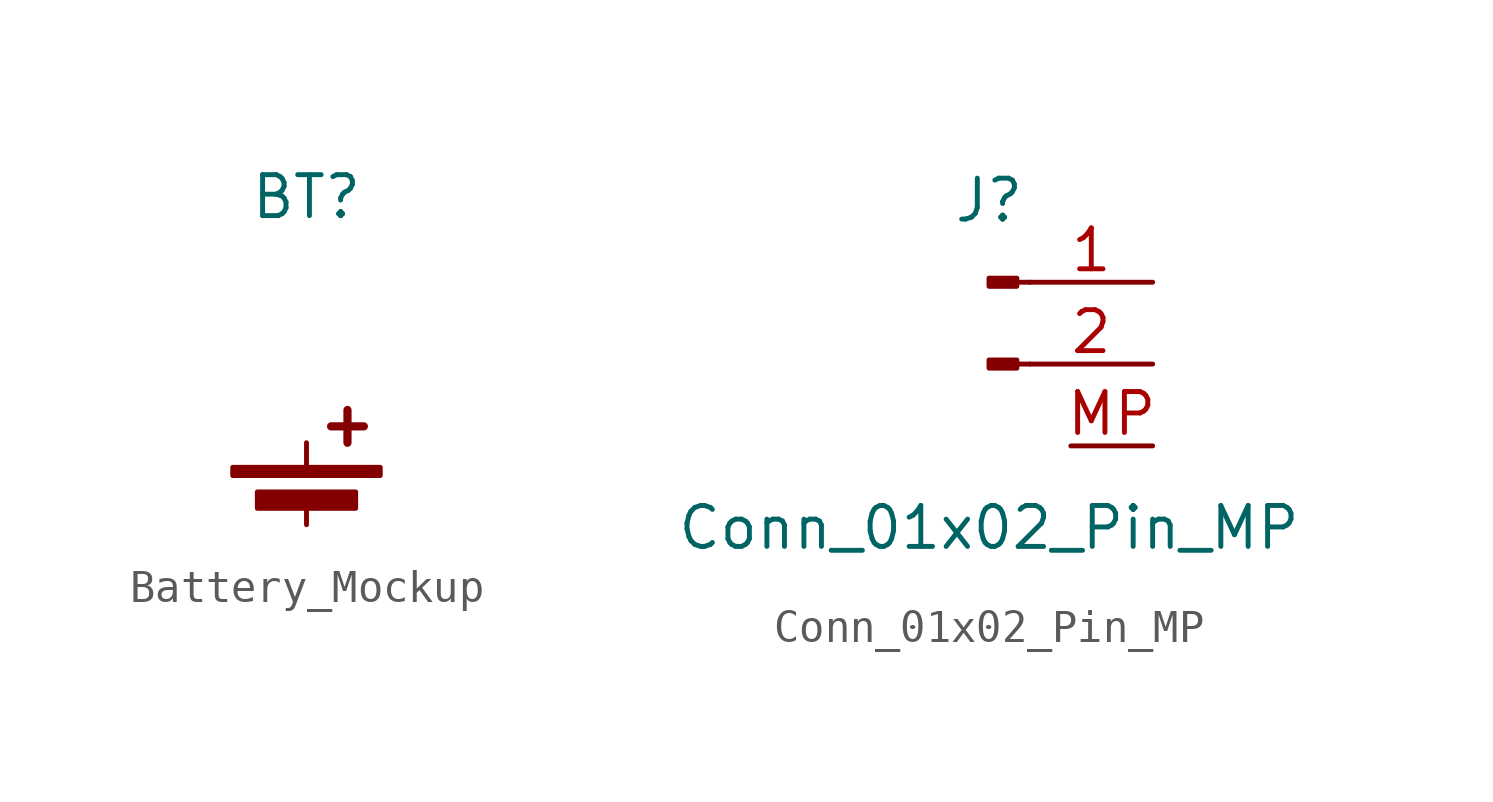
<source format=kicad_sym>
(kicad_symbol_lib
  (version 20241209)
  (generator "kicad_symbol_editor")
  (generator_version "9.0")
  (symbol "Battery_Mockup"
    (property "Reference" "BT"
      (at 0 8.89 0)
      (effects (font (size 1.27 1.27))))
    (property "Value" ""
      (at 0 0 0)
      (effects (font (size 1.27 1.27))))
    (symbol "Battery_Mockup_0_1"
      (rectangle (start -2.286 0.508) (end 2.286 0.254) (stroke (width 0) (type default)) (fill (type outline)))
      (rectangle (start -1.524 -0.254) (end 1.524 -0.762) (stroke (width 0) (type default)) (fill (type outline)))
      (polyline (pts (xy 0 0.508) (xy 0 1.27)) (stroke (width 0) (type default)) (fill (type none)))
      (polyline (pts (xy 0 -0.508) (xy 0 -1.27)) (stroke (width 0) (type default)) (fill (type none)))
      (polyline (pts (xy 0.762 1.778) (xy 1.778 1.778)) (stroke (width 0.254) (type default)) (fill (type none)))
      (polyline (pts (xy 1.27 2.286) (xy 1.27 1.27)) (stroke (width 0.254) (type default)) (fill (type none)))))
  (symbol "Conn_01x02_Pin_MP"
    (pin_names
      (offset 1.016)
      (hide yes))
    (property "Reference" "J"
      (at 0 2.54 0)
      (effects (font (size 1.27 1.27))))
    (property "Value" "Conn_01x02_Pin_MP"
      (at 0 -7.62 0)
      (effects (font (size 1.27 1.27))))
    (symbol "Conn_01x02_Pin_MP_1_1"
      (rectangle (start 0.864 0.127) (end 0 -0.127) (stroke (width 0.152) (type default)) (fill (type outline)))
      (rectangle (start 0.864 -2.413) (end 0 -2.667) (stroke (width 0.152) (type default)) (fill (type outline)))
      (polyline (pts (xy 1.27 0) (xy 0.864 0)) (stroke (width 0.152) (type default)) (fill (type none)))
      (polyline (pts (xy 1.27 -2.54) (xy 0.864 -2.54)) (stroke (width 0.152) (type default)) (fill (type none)))
      (pin passive line (at 5.08 0 180) (length 3.81) (name "Pin_1" (effects (font (size 1.27 1.27)))) (number "1" (effects (font (size 1.27 1.27)))))
      (pin passive line (at 5.08 -2.54 180) (length 3.81) (name "Pin_2" (effects (font (size 1.27 1.27)))) (number "2" (effects (font (size 1.27 1.27)))))
      (pin input line (at 5.08 -5.08 180) (length 2.54) (name "MP" (effects (font (size 1.27 1.27)))) (number "MP" (effects (font (size 1.27 1.27))))))))
</source>
